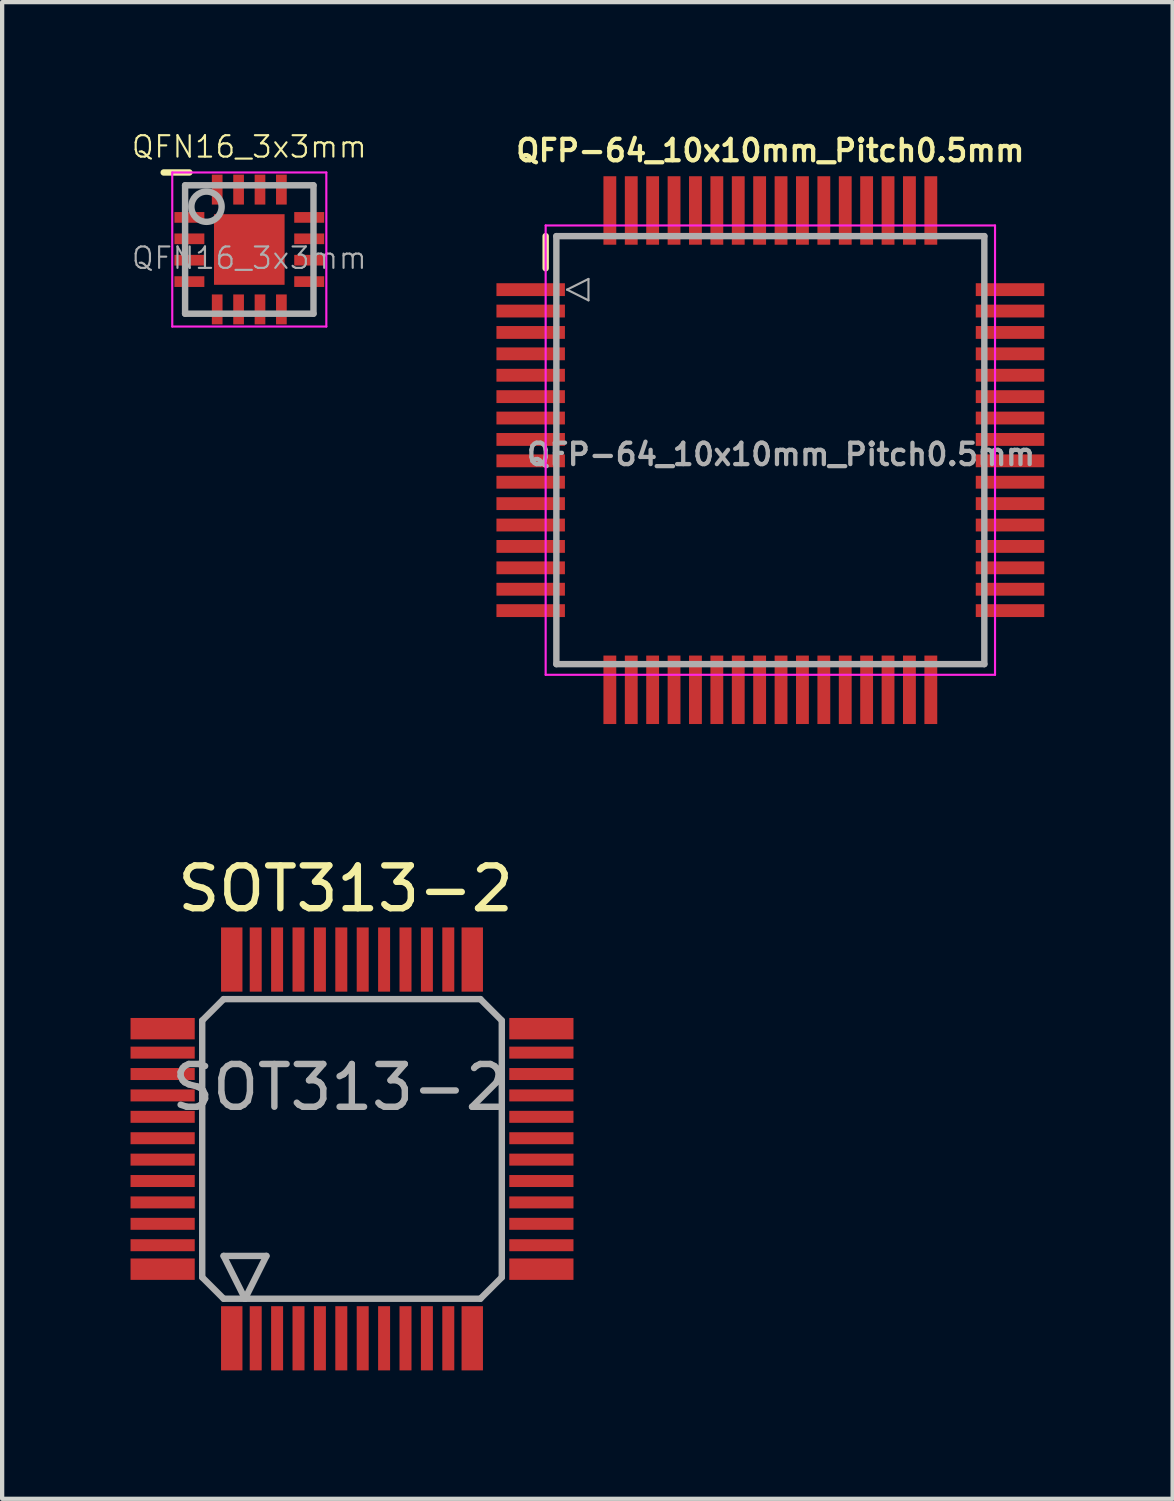
<source format=kicad_pcb>
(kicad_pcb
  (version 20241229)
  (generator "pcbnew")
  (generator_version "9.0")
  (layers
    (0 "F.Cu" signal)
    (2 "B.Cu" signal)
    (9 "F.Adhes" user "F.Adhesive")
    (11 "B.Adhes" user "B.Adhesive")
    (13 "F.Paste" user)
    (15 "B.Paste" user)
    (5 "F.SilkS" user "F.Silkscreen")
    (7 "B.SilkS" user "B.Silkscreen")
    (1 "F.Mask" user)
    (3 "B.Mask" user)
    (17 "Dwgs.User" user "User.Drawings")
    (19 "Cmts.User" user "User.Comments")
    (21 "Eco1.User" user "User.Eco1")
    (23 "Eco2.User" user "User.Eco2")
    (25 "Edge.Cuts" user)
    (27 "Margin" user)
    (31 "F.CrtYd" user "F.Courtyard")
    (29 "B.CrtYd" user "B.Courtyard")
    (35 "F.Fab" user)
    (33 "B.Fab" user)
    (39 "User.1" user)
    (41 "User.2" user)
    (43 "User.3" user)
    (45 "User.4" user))
  (footprint "QFN16_3x3mm"
    (layer "F.Cu")
    (at 2.775 2.78)
    (property "Reference" "QFN16_3x3mm" (at 0 -2.4 0) (layer "F.SilkS") (effects (font (size 0.5 0.5) (thickness 0.05))))
    (attr smd)
    (fp_line (start -2 -1.8) (end -1.4 -1.8) (stroke (width 0.15) (type solid)) (layer "F.SilkS"))
    (fp_line (start -1.8 -1.8) (end 1.8 -1.8) (stroke (width 0.05) (type solid)) (layer "F.CrtYd"))
    (fp_line (start -1.8 1.8) (end -1.8 -1.8) (stroke (width 0.05) (type solid)) (layer "F.CrtYd"))
    (fp_line (start -1.8 1.8) (end 1.8 1.8) (stroke (width 0.05) (type solid)) (layer "F.CrtYd"))
    (fp_line (start 1.8 -1.8) (end 1.8 1.8) (stroke (width 0.05) (type solid)) (layer "F.CrtYd"))
    (fp_line (start -1.5 -1.5) (end 1.5 -1.5) (stroke (width 0.15) (type solid)) (layer "F.Fab"))
    (fp_line (start -1.5 1.5) (end -1.5 -1.5) (stroke (width 0.15) (type solid)) (layer "F.Fab"))
    (fp_line (start 1.5 -1.5) (end 1.5 1.5) (stroke (width 0.15) (type solid)) (layer "F.Fab"))
    (fp_line (start 1.5 1.5) (end -1.5 1.5) (stroke (width 0.15) (type solid)) (layer "F.Fab"))
    (fp_circle (center -1 -1) (end -1.25 -1.25) (stroke (width 0.15) (type solid)) (fill no) (layer "F.Fab"))
    (fp_text user "${REFERENCE}" (at 0 0.2 0) (layer "F.Fab") (effects (font (size 0.5 0.5) (thickness 0.05))))
    (pad "1" smd rect (at -1.4 -0.75) (size 0.7 0.25) (layers "F.Cu" "F.Mask" "F.Paste"))
    (pad "2" smd rect (at -1.4 -0.25) (size 0.7 0.25) (layers "F.Cu" "F.Mask" "F.Paste"))
    (pad "3" smd rect (at -1.4 0.25) (size 0.7 0.25) (layers "F.Cu" "F.Mask" "F.Paste"))
    (pad "4" smd rect (at -1.4 0.75) (size 0.7 0.25) (layers "F.Cu" "F.Mask" "F.Paste"))
    (pad "5" smd rect (at -0.75 1.4) (size 0.25 0.7) (layers "F.Cu" "F.Mask" "F.Paste"))
    (pad "6" smd rect (at -0.25 1.4) (size 0.25 0.7) (layers "F.Cu" "F.Mask" "F.Paste"))
    (pad "7" smd rect (at 0.25 1.4) (size 0.25 0.7) (layers "F.Cu" "F.Mask" "F.Paste"))
    (pad "8" smd rect (at 0.75 1.4) (size 0.25 0.7) (layers "F.Cu" "F.Mask" "F.Paste"))
    (pad "9" smd rect (at 1.4 0.75) (size 0.7 0.25) (layers "F.Cu" "F.Mask" "F.Paste"))
    (pad "10" smd rect (at 1.4 0.25) (size 0.7 0.25) (layers "F.Cu" "F.Mask" "F.Paste"))
    (pad "11" smd rect (at 1.4 -0.25) (size 0.7 0.25) (layers "F.Cu" "F.Mask" "F.Paste"))
    (pad "12" smd rect (at 1.4 -0.75) (size 0.7 0.25) (layers "F.Cu" "F.Mask" "F.Paste"))
    (pad "13" smd rect (at 0.75 -1.4) (size 0.25 0.7) (layers "F.Cu" "F.Mask" "F.Paste"))
    (pad "14" smd rect (at 0.25 -1.4) (size 0.25 0.7) (layers "F.Cu" "F.Mask" "F.Paste"))
    (pad "15" smd rect (at -0.25 -1.4) (size 0.25 0.7) (layers "F.Cu" "F.Mask" "F.Paste"))
    (pad "16" smd rect (at -0.75 -1.4) (size 0.25 0.7) (layers "F.Cu" "F.Mask" "F.Paste"))
    (pad "17" smd rect (at 0 0) (size 1.65 1.65) (layers "F.Cu" "F.Mask" "F.Paste")))
  (footprint "QFP-64_10x10mm_Pitch0.5mm"
    (layer "F.Cu")
    (at 14.95 7.468)
    (property "Reference" "QFP-64_10x10mm_Pitch0.5mm" (at 0 -7 0) (layer "F.SilkS") (effects (font (size 0.5 0.5) (thickness 0.1))))
    (attr smd)
    (fp_line (start -5.25 -4.25) (end -5.25 -5) (stroke (width 0.15) (type solid)) (layer "F.SilkS"))
    (fp_line (start -5.25 -5.25) (end -5.25 5.25) (stroke (width 0.05) (type solid)) (layer "F.CrtYd"))
    (fp_line (start -5.25 -5.25) (end 5.25 -5.25) (stroke (width 0.05) (type solid)) (layer "F.CrtYd"))
    (fp_line (start -5.25 5.25) (end 5.25 5.25) (stroke (width 0.05) (type solid)) (layer "F.CrtYd"))
    (fp_line (start 5.25 -5.25) (end 5.25 5.25) (stroke (width 0.05) (type solid)) (layer "F.CrtYd"))
    (fp_line (start -5 -5) (end -5 5) (stroke (width 0.15) (type solid)) (layer "F.Fab"))
    (fp_line (start -5 5) (end 5 5) (stroke (width 0.15) (type solid)) (layer "F.Fab"))
    (fp_line (start -4.75 -3.75) (end -4.25 -4) (stroke (width 0.05) (type solid)) (layer "F.Fab"))
    (fp_line (start -4.25 -4) (end -4.25 -3.5) (stroke (width 0.05) (type solid)) (layer "F.Fab"))
    (fp_line (start -4.25 -3.5) (end -4.75 -3.75) (stroke (width 0.05) (type solid)) (layer "F.Fab"))
    (fp_line (start 5 -5) (end -5 -5) (stroke (width 0.15) (type solid)) (layer "F.Fab"))
    (fp_line (start 5 5) (end 5 -5) (stroke (width 0.15) (type solid)) (layer "F.Fab"))
    (fp_text user "${REFERENCE}" (at 0.25 0.1 0) (layer "F.Fab") (effects (font (size 0.5 0.5) (thickness 0.1))))
    (pad "1" smd rect (at -5.6 -3.75) (size 1.6 0.3) (layers "F.Cu" "F.Mask" "F.Paste"))
    (pad "2" smd rect (at -5.6 -3.25) (size 1.6 0.3) (layers "F.Cu" "F.Mask" "F.Paste"))
    (pad "3" smd rect (at -5.6 -2.75) (size 1.6 0.3) (layers "F.Cu" "F.Mask" "F.Paste"))
    (pad "4" smd rect (at -5.6 -2.25) (size 1.6 0.3) (layers "F.Cu" "F.Mask" "F.Paste"))
    (pad "5" smd rect (at -5.6 -1.75) (size 1.6 0.3) (layers "F.Cu" "F.Mask" "F.Paste"))
    (pad "6" smd rect (at -5.6 -1.25) (size 1.6 0.3) (layers "F.Cu" "F.Mask" "F.Paste"))
    (pad "7" smd rect (at -5.6 -0.75) (size 1.6 0.3) (layers "F.Cu" "F.Mask" "F.Paste"))
    (pad "8" smd rect (at -5.6 -0.25) (size 1.6 0.3) (layers "F.Cu" "F.Mask" "F.Paste"))
    (pad "9" smd rect (at -5.6 0.25) (size 1.6 0.3) (layers "F.Cu" "F.Mask" "F.Paste"))
    (pad "10" smd rect (at -5.6 0.75) (size 1.6 0.3) (layers "F.Cu" "F.Mask" "F.Paste"))
    (pad "11" smd rect (at -5.6 1.25) (size 1.6 0.3) (layers "F.Cu" "F.Mask" "F.Paste"))
    (pad "12" smd rect (at -5.6 1.75) (size 1.6 0.3) (layers "F.Cu" "F.Mask" "F.Paste"))
    (pad "13" smd rect (at -5.6 2.25) (size 1.6 0.3) (layers "F.Cu" "F.Mask" "F.Paste"))
    (pad "14" smd rect (at -5.6 2.75) (size 1.6 0.3) (layers "F.Cu" "F.Mask" "F.Paste"))
    (pad "15" smd rect (at -5.6 3.25) (size 1.6 0.3) (layers "F.Cu" "F.Mask" "F.Paste"))
    (pad "16" smd rect (at -5.6 3.75) (size 1.6 0.3) (layers "F.Cu" "F.Mask" "F.Paste"))
    (pad "17" smd rect (at -3.75 5.6) (size 0.3 1.6) (layers "F.Cu" "F.Mask" "F.Paste"))
    (pad "18" smd rect (at -3.25 5.6) (size 0.3 1.6) (layers "F.Cu" "F.Mask" "F.Paste"))
    (pad "19" smd rect (at -2.75 5.6) (size 0.3 1.6) (layers "F.Cu" "F.Mask" "F.Paste"))
    (pad "20" smd rect (at -2.25 5.6) (size 0.3 1.6) (layers "F.Cu" "F.Mask" "F.Paste"))
    (pad "21" smd rect (at -1.75 5.6) (size 0.3 1.6) (layers "F.Cu" "F.Mask" "F.Paste"))
    (pad "22" smd rect (at -1.25 5.6) (size 0.3 1.6) (layers "F.Cu" "F.Mask" "F.Paste"))
    (pad "23" smd rect (at -0.75 5.6) (size 0.3 1.6) (layers "F.Cu" "F.Mask" "F.Paste"))
    (pad "24" smd rect (at -0.25 5.6) (size 0.3 1.6) (layers "F.Cu" "F.Mask" "F.Paste"))
    (pad "25" smd rect (at 0.25 5.6) (size 0.3 1.6) (layers "F.Cu" "F.Mask" "F.Paste"))
    (pad "26" smd rect (at 0.75 5.6) (size 0.3 1.6) (layers "F.Cu" "F.Mask" "F.Paste"))
    (pad "27" smd rect (at 1.25 5.6) (size 0.3 1.6) (layers "F.Cu" "F.Mask" "F.Paste"))
    (pad "28" smd rect (at 1.75 5.6) (size 0.3 1.6) (layers "F.Cu" "F.Mask" "F.Paste"))
    (pad "29" smd rect (at 2.25 5.6) (size 0.3 1.6) (layers "F.Cu" "F.Mask" "F.Paste"))
    (pad "30" smd rect (at 2.75 5.6) (size 0.3 1.6) (layers "F.Cu" "F.Mask" "F.Paste"))
    (pad "31" smd rect (at 3.25 5.6) (size 0.3 1.6) (layers "F.Cu" "F.Mask" "F.Paste"))
    (pad "32" smd rect (at 3.75 5.6) (size 0.3 1.6) (layers "F.Cu" "F.Mask" "F.Paste"))
    (pad "33" smd rect (at 5.6 3.75) (size 1.6 0.3) (layers "F.Cu" "F.Mask" "F.Paste"))
    (pad "34" smd rect (at 5.6 3.25) (size 1.6 0.3) (layers "F.Cu" "F.Mask" "F.Paste"))
    (pad "35" smd rect (at 5.6 2.75) (size 1.6 0.3) (layers "F.Cu" "F.Mask" "F.Paste"))
    (pad "36" smd rect (at 5.6 2.25) (size 1.6 0.3) (layers "F.Cu" "F.Mask" "F.Paste"))
    (pad "37" smd rect (at 5.6 1.75) (size 1.6 0.3) (layers "F.Cu" "F.Mask" "F.Paste"))
    (pad "38" smd rect (at 5.6 1.25) (size 1.6 0.3) (layers "F.Cu" "F.Mask" "F.Paste"))
    (pad "39" smd rect (at 5.6 0.75) (size 1.6 0.3) (layers "F.Cu" "F.Mask" "F.Paste"))
    (pad "40" smd rect (at 5.6 0.25) (size 1.6 0.3) (layers "F.Cu" "F.Mask" "F.Paste"))
    (pad "41" smd rect (at 5.6 -0.25) (size 1.6 0.3) (layers "F.Cu" "F.Mask" "F.Paste"))
    (pad "42" smd rect (at 5.6 -0.75) (size 1.6 0.3) (layers "F.Cu" "F.Mask" "F.Paste"))
    (pad "43" smd rect (at 5.6 -1.25) (size 1.6 0.3) (layers "F.Cu" "F.Mask" "F.Paste"))
    (pad "44" smd rect (at 5.6 -1.75) (size 1.6 0.3) (layers "F.Cu" "F.Mask" "F.Paste"))
    (pad "45" smd rect (at 5.6 -2.25) (size 1.6 0.3) (layers "F.Cu" "F.Mask" "F.Paste"))
    (pad "46" smd rect (at 5.6 -2.75) (size 1.6 0.3) (layers "F.Cu" "F.Mask" "F.Paste"))
    (pad "47" smd rect (at 5.6 -3.25) (size 1.6 0.3) (layers "F.Cu" "F.Mask" "F.Paste"))
    (pad "48" smd rect (at 5.6 -3.75) (size 1.6 0.3) (layers "F.Cu" "F.Mask" "F.Paste"))
    (pad "49" smd rect (at 3.75 -5.6) (size 0.3 1.6) (layers "F.Cu" "F.Mask" "F.Paste"))
    (pad "50" smd rect (at 3.25 -5.6) (size 0.3 1.6) (layers "F.Cu" "F.Mask" "F.Paste"))
    (pad "51" smd rect (at 2.75 -5.6) (size 0.3 1.6) (layers "F.Cu" "F.Mask" "F.Paste"))
    (pad "52" smd rect (at 2.25 -5.6) (size 0.3 1.6) (layers "F.Cu" "F.Mask" "F.Paste"))
    (pad "53" smd rect (at 1.75 -5.6) (size 0.3 1.6) (layers "F.Cu" "F.Mask" "F.Paste"))
    (pad "54" smd rect (at 1.25 -5.6) (size 0.3 1.6) (layers "F.Cu" "F.Mask" "F.Paste"))
    (pad "55" smd rect (at 0.75 -5.6) (size 0.3 1.6) (layers "F.Cu" "F.Mask" "F.Paste"))
    (pad "56" smd rect (at 0.25 -5.6) (size 0.3 1.6) (layers "F.Cu" "F.Mask" "F.Paste"))
    (pad "57" smd rect (at -0.25 -5.6) (size 0.3 1.6) (layers "F.Cu" "F.Mask" "F.Paste"))
    (pad "58" smd rect (at -0.75 -5.6) (size 0.3 1.6) (layers "F.Cu" "F.Mask" "F.Paste"))
    (pad "59" smd rect (at -1.25 -5.6) (size 0.3 1.6) (layers "F.Cu" "F.Mask" "F.Paste"))
    (pad "60" smd rect (at -1.75 -5.6) (size 0.3 1.6) (layers "F.Cu" "F.Mask" "F.Paste"))
    (pad "61" smd rect (at -2.25 -5.6) (size 0.3 1.6) (layers "F.Cu" "F.Mask" "F.Paste"))
    (pad "62" smd rect (at -2.75 -5.6) (size 0.3 1.6) (layers "F.Cu" "F.Mask" "F.Paste"))
    (pad "63" smd rect (at -3.25 -5.6) (size 0.3 1.6) (layers "F.Cu" "F.Mask" "F.Paste"))
    (pad "64" smd rect (at -3.75 -5.6) (size 0.3 1.6) (layers "F.Cu" "F.Mask" "F.Paste")))
  (footprint "SOT313-2"
    (layer "F.Cu")
    (at 5.175 23.796)
    (property "Reference" "SOT313-2" (at -0.15 -6.08 0) (layer "F.SilkS") (effects (font (size 1 1) (thickness 0.15))))
    (attr smd)
    (fp_line (start -3.5 -3) (end -3.5 3) (stroke (width 0.15) (type solid)) (layer "F.Fab"))
    (fp_line (start -3.5 -3) (end -3 -3.5) (stroke (width 0.15) (type solid)) (layer "F.Fab"))
    (fp_line (start -3 2.5) (end -2.5 3.5) (stroke (width 0.15) (type solid)) (layer "F.Fab"))
    (fp_line (start -3 3.5) (end -3.5 3) (stroke (width 0.15) (type solid)) (layer "F.Fab"))
    (fp_line (start -3 3.5) (end 3 3.5) (stroke (width 0.15) (type solid)) (layer "F.Fab"))
    (fp_line (start -2.5 3.5) (end -2 2.5) (stroke (width 0.15) (type solid)) (layer "F.Fab"))
    (fp_line (start -2 2.5) (end -3 2.5) (stroke (width 0.15) (type solid)) (layer "F.Fab"))
    (fp_line (start 3 -3.5) (end -3 -3.5) (stroke (width 0.15) (type solid)) (layer "F.Fab"))
    (fp_line (start 3.5 -3) (end 3 -3.5) (stroke (width 0.15) (type solid)) (layer "F.Fab"))
    (fp_line (start 3.5 3) (end 3 3.5) (stroke (width 0.15) (type solid)) (layer "F.Fab"))
    (fp_line (start 3.5 3) (end 3.5 -3) (stroke (width 0.15) (type solid)) (layer "F.Fab"))
    (fp_text user "${REFERENCE}" (at -0.29 -1.44 0) (layer "F.Fab") (effects (font (size 1 1) (thickness 0.15))))
    (pad "1" smd rect (at -4.425 -2.81) (size 1.5 0.5) (layers "F.Cu" "F.Mask" "F.Paste"))
    (pad "2" smd rect (at 4.425 -2.81) (size 1.5 0.5) (layers "F.Cu" "F.Mask" "F.Paste"))
    (pad "3" smd rect (at -4.425 2.81) (size 1.5 0.5) (layers "F.Cu" "F.Mask" "F.Paste"))
    (pad "4" smd rect (at 4.425 2.81) (size 1.5 0.5) (layers "F.Cu" "F.Mask" "F.Paste"))
    (pad "5" smd rect (at -2.81 -4.425) (size 0.5 1.5) (layers "F.Cu" "F.Mask" "F.Paste"))
    (pad "6" smd rect (at 2.81 -4.425) (size 0.5 1.5) (layers "F.Cu" "F.Mask" "F.Paste"))
    (pad "7" smd rect (at -2.81 4.425) (size 0.5 1.5) (layers "F.Cu" "F.Mask" "F.Paste"))
    (pad "8" smd rect (at 2.81 4.425) (size 0.5 1.5) (layers "F.Cu" "F.Mask" "F.Paste"))
    (pad "11" smd rect (at -4.425 -2.25) (size 1.5 0.28) (layers "F.Cu" "F.Mask" "F.Paste"))
    (pad "11" smd rect (at -2.25 -4.425) (size 0.28 1.5) (layers "F.Cu" "F.Mask" "F.Paste"))
    (pad "12" smd rect (at -4.425 -1.75) (size 1.5 0.28) (layers "F.Cu" "F.Mask" "F.Paste"))
    (pad "12" smd rect (at -2.25 4.425) (size 0.28 1.5) (layers "F.Cu" "F.Mask" "F.Paste"))
    (pad "13" smd rect (at -4.425 -1.25) (size 1.5 0.28) (layers "F.Cu" "F.Mask" "F.Paste"))
    (pad "14" smd rect (at -4.425 -0.75) (size 1.5 0.28) (layers "F.Cu" "F.Mask" "F.Paste"))
    (pad "15" smd rect (at -4.425 -0.25) (size 1.5 0.28) (layers "F.Cu" "F.Mask" "F.Paste"))
    (pad "16" smd rect (at -4.425 0.25) (size 1.5 0.28) (layers "F.Cu" "F.Mask" "F.Paste"))
    (pad "17" smd rect (at -4.425 0.75) (size 1.5 0.28) (layers "F.Cu" "F.Mask" "F.Paste"))
    (pad "18" smd rect (at -4.425 1.25) (size 1.5 0.28) (layers "F.Cu" "F.Mask" "F.Paste"))
    (pad "19" smd rect (at -4.425 1.75) (size 1.5 0.28) (layers "F.Cu" "F.Mask" "F.Paste"))
    (pad "21" smd rect (at -1.75 -4.425) (size 0.28 1.5) (layers "F.Cu" "F.Mask" "F.Paste"))
    (pad "21" smd rect (at 4.425 -2.25) (size 1.5 0.28) (layers "F.Cu" "F.Mask" "F.Paste"))
    (pad "22" smd rect (at -1.75 4.425) (size 0.28 1.5) (layers "F.Cu" "F.Mask" "F.Paste"))
    (pad "22" smd rect (at 4.425 -1.75) (size 1.5 0.28) (layers "F.Cu" "F.Mask" "F.Paste"))
    (pad "23" smd rect (at 4.425 -1.25) (size 1.5 0.28) (layers "F.Cu" "F.Mask" "F.Paste"))
    (pad "24" smd rect (at 4.425 -0.75) (size 1.5 0.28) (layers "F.Cu" "F.Mask" "F.Paste"))
    (pad "25" smd rect (at 4.425 -0.25) (size 1.5 0.28) (layers "F.Cu" "F.Mask" "F.Paste"))
    (pad "26" smd rect (at 4.425 0.25) (size 1.5 0.28) (layers "F.Cu" "F.Mask" "F.Paste"))
    (pad "27" smd rect (at 4.425 0.75) (size 1.5 0.28) (layers "F.Cu" "F.Mask" "F.Paste"))
    (pad "28" smd rect (at 4.425 1.25) (size 1.5 0.28) (layers "F.Cu" "F.Mask" "F.Paste"))
    (pad "29" smd rect (at 4.425 1.75) (size 1.5 0.28) (layers "F.Cu" "F.Mask" "F.Paste"))
    (pad "31" smd rect (at -1.25 -4.425) (size 0.28 1.5) (layers "F.Cu" "F.Mask" "F.Paste"))
    (pad "32" smd rect (at -1.25 4.425) (size 0.28 1.5) (layers "F.Cu" "F.Mask" "F.Paste"))
    (pad "41" smd rect (at -0.75 -4.425) (size 0.28 1.5) (layers "F.Cu" "F.Mask" "F.Paste"))
    (pad "42" smd rect (at -0.75 4.425) (size 0.28 1.5) (layers "F.Cu" "F.Mask" "F.Paste"))
    (pad "51" smd rect (at -0.25 -4.425) (size 0.28 1.5) (layers "F.Cu" "F.Mask" "F.Paste"))
    (pad "52" smd rect (at -0.25 4.425) (size 0.28 1.5) (layers "F.Cu" "F.Mask" "F.Paste"))
    (pad "61" smd rect (at 0.25 -4.425) (size 0.28 1.5) (layers "F.Cu" "F.Mask" "F.Paste"))
    (pad "62" smd rect (at 0.25 4.425) (size 0.28 1.5) (layers "F.Cu" "F.Mask" "F.Paste"))
    (pad "71" smd rect (at 0.75 -4.425) (size 0.28 1.5) (layers "F.Cu" "F.Mask" "F.Paste"))
    (pad "72" smd rect (at 0.75 4.425) (size 0.28 1.5) (layers "F.Cu" "F.Mask" "F.Paste"))
    (pad "81" smd rect (at 1.25 -4.425) (size 0.28 1.5) (layers "F.Cu" "F.Mask" "F.Paste"))
    (pad "82" smd rect (at 1.25 4.425) (size 0.28 1.5) (layers "F.Cu" "F.Mask" "F.Paste"))
    (pad "91" smd rect (at 1.75 -4.425) (size 0.28 1.5) (layers "F.Cu" "F.Mask" "F.Paste"))
    (pad "92" smd rect (at 1.75 4.425) (size 0.28 1.5) (layers "F.Cu" "F.Mask" "F.Paste"))
    (pad "101" smd rect (at 2.25 -4.425) (size 0.28 1.5) (layers "F.Cu" "F.Mask" "F.Paste"))
    (pad "102" smd rect (at 2.25 4.425) (size 0.28 1.5) (layers "F.Cu" "F.Mask" "F.Paste"))
    (pad "110" smd rect (at -4.425 2.25) (size 1.5 0.28) (layers "F.Cu" "F.Mask" "F.Paste"))
    (pad "210" smd rect (at 4.425 2.25) (size 1.5 0.28) (layers "F.Cu" "F.Mask" "F.Paste")))
  (gr_rect
    (start -3 -3)
    (end 24.35 31.971)
    (stroke (width 0.1) (type default))
    (fill no)
    (layer "Edge.Cuts")))
</source>
